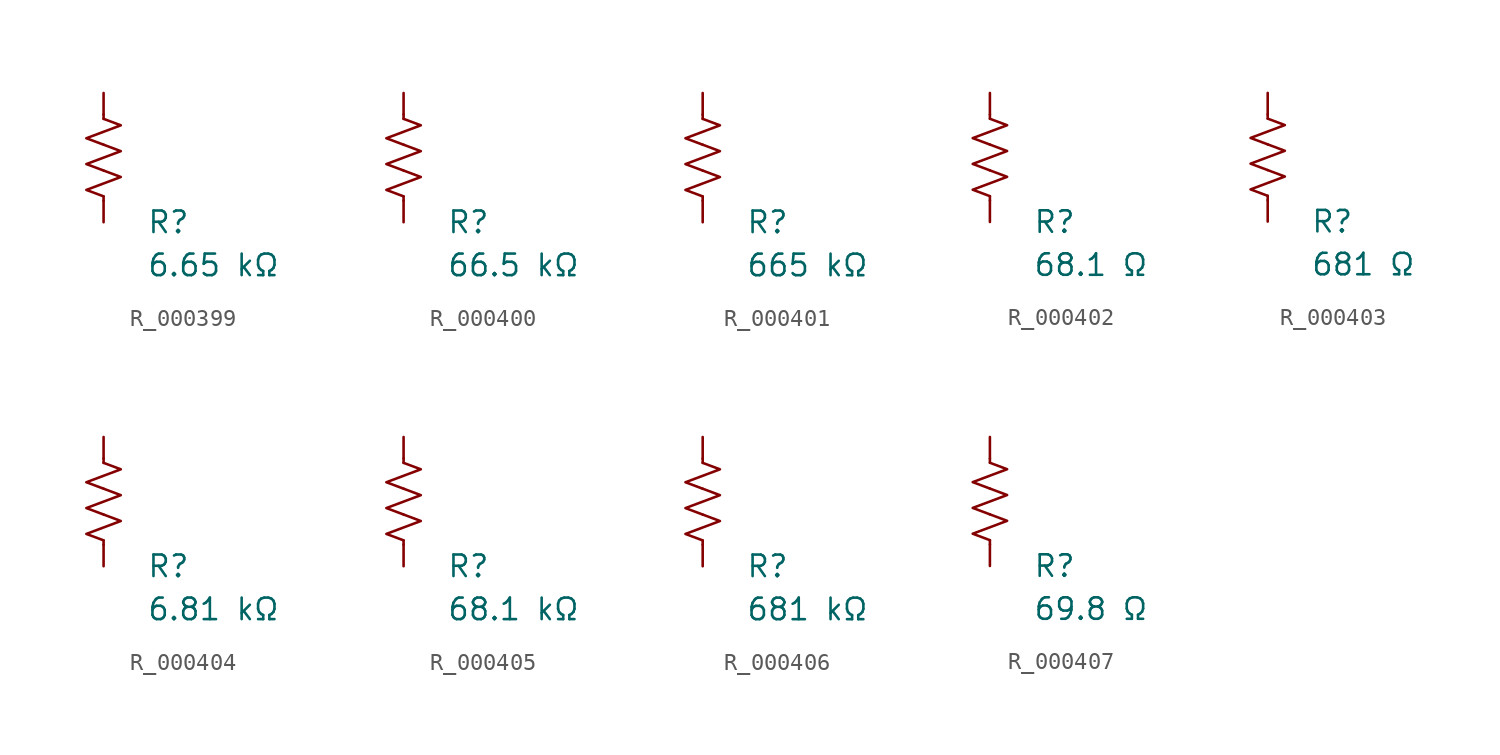
<source format=kicad_sym>
(kicad_symbol_lib
  (version 20231120)
  (generator "kicad_symbol_editor")
  (generator_version "8.0")
  (symbol "R_000399"
    (pin_numbers hide)
    (pin_names
      (offset 0))
    (property "Reference" "R"
      (at 2.54 -3.81 0)
      (effects (font (size 1.27 1.27)) (justify left))
      (show_name no))
    (property "Value" "6.65 kΩ"
      (at 2.54 -6.35 0)
      (effects (font (size 1.27 1.27)) (justify left))
      (show_name no))
    (symbol "R_000399_0_1"
      (polyline (pts (xy 0 -2.286) (xy 0 -2.54)) (stroke (width 0) (type default)) (fill (type none)))
      (polyline (pts (xy 0 2.286) (xy 0 2.54)) (stroke (width 0) (type default)) (fill (type none)))
      (polyline (pts (xy 0 -0.762) (xy 1.016 -1.143) (xy 0 -1.524) (xy -1.016 -1.905) (xy 0 -2.286)) (stroke (width 0) (type default)) (fill (type none)))
      (polyline (pts (xy 0 0.762) (xy 1.016 0.381) (xy 0 0) (xy -1.016 -0.381) (xy 0 -0.762)) (stroke (width 0) (type default)) (fill (type none)))
      (polyline (pts (xy 0 2.286) (xy 1.016 1.905) (xy 0 1.524) (xy -1.016 1.143) (xy 0 0.762)) (stroke (width 0) (type default)) (fill (type none))))
    (symbol "R_000399_1_1"
      (pin passive line (at 0 3.81 270) (length 1.27) (name "~" (effects (font (size 1.27 1.27)))) (number "1" (effects (font (size 1.27 1.27)))))
      (pin passive line (at 0 -3.81 90) (length 1.27) (name "~" (effects (font (size 1.27 1.27)))) (number "2" (effects (font (size 1.27 1.27)))))))
  (symbol "R_000400"
    (pin_numbers hide)
    (pin_names
      (offset 0))
    (property "Reference" "R"
      (at 2.54 -3.81 0)
      (effects (font (size 1.27 1.27)) (justify left))
      (show_name no))
    (property "Value" "66.5 kΩ"
      (at 2.54 -6.35 0)
      (effects (font (size 1.27 1.27)) (justify left))
      (show_name no))
    (symbol "R_000400_0_1"
      (polyline (pts (xy 0 -2.286) (xy 0 -2.54)) (stroke (width 0) (type default)) (fill (type none)))
      (polyline (pts (xy 0 2.286) (xy 0 2.54)) (stroke (width 0) (type default)) (fill (type none)))
      (polyline (pts (xy 0 -0.762) (xy 1.016 -1.143) (xy 0 -1.524) (xy -1.016 -1.905) (xy 0 -2.286)) (stroke (width 0) (type default)) (fill (type none)))
      (polyline (pts (xy 0 0.762) (xy 1.016 0.381) (xy 0 0) (xy -1.016 -0.381) (xy 0 -0.762)) (stroke (width 0) (type default)) (fill (type none)))
      (polyline (pts (xy 0 2.286) (xy 1.016 1.905) (xy 0 1.524) (xy -1.016 1.143) (xy 0 0.762)) (stroke (width 0) (type default)) (fill (type none))))
    (symbol "R_000400_1_1"
      (pin passive line (at 0 3.81 270) (length 1.27) (name "~" (effects (font (size 1.27 1.27)))) (number "1" (effects (font (size 1.27 1.27)))))
      (pin passive line (at 0 -3.81 90) (length 1.27) (name "~" (effects (font (size 1.27 1.27)))) (number "2" (effects (font (size 1.27 1.27)))))))
  (symbol "R_000401"
    (pin_numbers hide)
    (pin_names
      (offset 0))
    (property "Reference" "R"
      (at 2.54 -3.81 0)
      (effects (font (size 1.27 1.27)) (justify left))
      (show_name no))
    (property "Value" "665 kΩ"
      (at 2.54 -6.35 0)
      (effects (font (size 1.27 1.27)) (justify left))
      (show_name no))
    (symbol "R_000401_0_1"
      (polyline (pts (xy 0 -2.286) (xy 0 -2.54)) (stroke (width 0) (type default)) (fill (type none)))
      (polyline (pts (xy 0 2.286) (xy 0 2.54)) (stroke (width 0) (type default)) (fill (type none)))
      (polyline (pts (xy 0 -0.762) (xy 1.016 -1.143) (xy 0 -1.524) (xy -1.016 -1.905) (xy 0 -2.286)) (stroke (width 0) (type default)) (fill (type none)))
      (polyline (pts (xy 0 0.762) (xy 1.016 0.381) (xy 0 0) (xy -1.016 -0.381) (xy 0 -0.762)) (stroke (width 0) (type default)) (fill (type none)))
      (polyline (pts (xy 0 2.286) (xy 1.016 1.905) (xy 0 1.524) (xy -1.016 1.143) (xy 0 0.762)) (stroke (width 0) (type default)) (fill (type none))))
    (symbol "R_000401_1_1"
      (pin passive line (at 0 3.81 270) (length 1.27) (name "~" (effects (font (size 1.27 1.27)))) (number "1" (effects (font (size 1.27 1.27)))))
      (pin passive line (at 0 -3.81 90) (length 1.27) (name "~" (effects (font (size 1.27 1.27)))) (number "2" (effects (font (size 1.27 1.27)))))))
  (symbol "R_000402"
    (pin_numbers hide)
    (pin_names
      (offset 0))
    (property "Reference" "R"
      (at 2.54 -3.81 0)
      (effects (font (size 1.27 1.27)) (justify left))
      (show_name no))
    (property "Value" "68.1 Ω"
      (at 2.54 -6.35 0)
      (effects (font (size 1.27 1.27)) (justify left))
      (show_name no))
    (symbol "R_000402_0_1"
      (polyline (pts (xy 0 -2.286) (xy 0 -2.54)) (stroke (width 0) (type default)) (fill (type none)))
      (polyline (pts (xy 0 2.286) (xy 0 2.54)) (stroke (width 0) (type default)) (fill (type none)))
      (polyline (pts (xy 0 -0.762) (xy 1.016 -1.143) (xy 0 -1.524) (xy -1.016 -1.905) (xy 0 -2.286)) (stroke (width 0) (type default)) (fill (type none)))
      (polyline (pts (xy 0 0.762) (xy 1.016 0.381) (xy 0 0) (xy -1.016 -0.381) (xy 0 -0.762)) (stroke (width 0) (type default)) (fill (type none)))
      (polyline (pts (xy 0 2.286) (xy 1.016 1.905) (xy 0 1.524) (xy -1.016 1.143) (xy 0 0.762)) (stroke (width 0) (type default)) (fill (type none))))
    (symbol "R_000402_1_1"
      (pin passive line (at 0 3.81 270) (length 1.27) (name "~" (effects (font (size 1.27 1.27)))) (number "1" (effects (font (size 1.27 1.27)))))
      (pin passive line (at 0 -3.81 90) (length 1.27) (name "~" (effects (font (size 1.27 1.27)))) (number "2" (effects (font (size 1.27 1.27)))))))
  (symbol "R_000403"
    (pin_numbers hide)
    (pin_names
      (offset 0))
    (property "Reference" "R"
      (at 2.54 -3.81 0)
      (effects (font (size 1.27 1.27)) (justify left))
      (show_name no))
    (property "Value" "681 Ω"
      (at 2.54 -6.35 0)
      (effects (font (size 1.27 1.27)) (justify left))
      (show_name no))
    (symbol "R_000403_0_1"
      (polyline (pts (xy 0 -2.286) (xy 0 -2.54)) (stroke (width 0) (type default)) (fill (type none)))
      (polyline (pts (xy 0 2.286) (xy 0 2.54)) (stroke (width 0) (type default)) (fill (type none)))
      (polyline (pts (xy 0 -0.762) (xy 1.016 -1.143) (xy 0 -1.524) (xy -1.016 -1.905) (xy 0 -2.286)) (stroke (width 0) (type default)) (fill (type none)))
      (polyline (pts (xy 0 0.762) (xy 1.016 0.381) (xy 0 0) (xy -1.016 -0.381) (xy 0 -0.762)) (stroke (width 0) (type default)) (fill (type none)))
      (polyline (pts (xy 0 2.286) (xy 1.016 1.905) (xy 0 1.524) (xy -1.016 1.143) (xy 0 0.762)) (stroke (width 0) (type default)) (fill (type none))))
    (symbol "R_000403_1_1"
      (pin passive line (at 0 3.81 270) (length 1.27) (name "~" (effects (font (size 1.27 1.27)))) (number "1" (effects (font (size 1.27 1.27)))))
      (pin passive line (at 0 -3.81 90) (length 1.27) (name "~" (effects (font (size 1.27 1.27)))) (number "2" (effects (font (size 1.27 1.27)))))))
  (symbol "R_000404"
    (pin_numbers hide)
    (pin_names
      (offset 0))
    (property "Reference" "R"
      (at 2.54 -3.81 0)
      (effects (font (size 1.27 1.27)) (justify left))
      (show_name no))
    (property "Value" "6.81 kΩ"
      (at 2.54 -6.35 0)
      (effects (font (size 1.27 1.27)) (justify left))
      (show_name no))
    (symbol "R_000404_0_1"
      (polyline (pts (xy 0 -2.286) (xy 0 -2.54)) (stroke (width 0) (type default)) (fill (type none)))
      (polyline (pts (xy 0 2.286) (xy 0 2.54)) (stroke (width 0) (type default)) (fill (type none)))
      (polyline (pts (xy 0 -0.762) (xy 1.016 -1.143) (xy 0 -1.524) (xy -1.016 -1.905) (xy 0 -2.286)) (stroke (width 0) (type default)) (fill (type none)))
      (polyline (pts (xy 0 0.762) (xy 1.016 0.381) (xy 0 0) (xy -1.016 -0.381) (xy 0 -0.762)) (stroke (width 0) (type default)) (fill (type none)))
      (polyline (pts (xy 0 2.286) (xy 1.016 1.905) (xy 0 1.524) (xy -1.016 1.143) (xy 0 0.762)) (stroke (width 0) (type default)) (fill (type none))))
    (symbol "R_000404_1_1"
      (pin passive line (at 0 3.81 270) (length 1.27) (name "~" (effects (font (size 1.27 1.27)))) (number "1" (effects (font (size 1.27 1.27)))))
      (pin passive line (at 0 -3.81 90) (length 1.27) (name "~" (effects (font (size 1.27 1.27)))) (number "2" (effects (font (size 1.27 1.27)))))))
  (symbol "R_000405"
    (pin_numbers hide)
    (pin_names
      (offset 0))
    (property "Reference" "R"
      (at 2.54 -3.81 0)
      (effects (font (size 1.27 1.27)) (justify left))
      (show_name no))
    (property "Value" "68.1 kΩ"
      (at 2.54 -6.35 0)
      (effects (font (size 1.27 1.27)) (justify left))
      (show_name no))
    (symbol "R_000405_0_1"
      (polyline (pts (xy 0 -2.286) (xy 0 -2.54)) (stroke (width 0) (type default)) (fill (type none)))
      (polyline (pts (xy 0 2.286) (xy 0 2.54)) (stroke (width 0) (type default)) (fill (type none)))
      (polyline (pts (xy 0 -0.762) (xy 1.016 -1.143) (xy 0 -1.524) (xy -1.016 -1.905) (xy 0 -2.286)) (stroke (width 0) (type default)) (fill (type none)))
      (polyline (pts (xy 0 0.762) (xy 1.016 0.381) (xy 0 0) (xy -1.016 -0.381) (xy 0 -0.762)) (stroke (width 0) (type default)) (fill (type none)))
      (polyline (pts (xy 0 2.286) (xy 1.016 1.905) (xy 0 1.524) (xy -1.016 1.143) (xy 0 0.762)) (stroke (width 0) (type default)) (fill (type none))))
    (symbol "R_000405_1_1"
      (pin passive line (at 0 3.81 270) (length 1.27) (name "~" (effects (font (size 1.27 1.27)))) (number "1" (effects (font (size 1.27 1.27)))))
      (pin passive line (at 0 -3.81 90) (length 1.27) (name "~" (effects (font (size 1.27 1.27)))) (number "2" (effects (font (size 1.27 1.27)))))))
  (symbol "R_000406"
    (pin_numbers hide)
    (pin_names
      (offset 0))
    (property "Reference" "R"
      (at 2.54 -3.81 0)
      (effects (font (size 1.27 1.27)) (justify left))
      (show_name no))
    (property "Value" "681 kΩ"
      (at 2.54 -6.35 0)
      (effects (font (size 1.27 1.27)) (justify left))
      (show_name no))
    (symbol "R_000406_0_1"
      (polyline (pts (xy 0 -2.286) (xy 0 -2.54)) (stroke (width 0) (type default)) (fill (type none)))
      (polyline (pts (xy 0 2.286) (xy 0 2.54)) (stroke (width 0) (type default)) (fill (type none)))
      (polyline (pts (xy 0 -0.762) (xy 1.016 -1.143) (xy 0 -1.524) (xy -1.016 -1.905) (xy 0 -2.286)) (stroke (width 0) (type default)) (fill (type none)))
      (polyline (pts (xy 0 0.762) (xy 1.016 0.381) (xy 0 0) (xy -1.016 -0.381) (xy 0 -0.762)) (stroke (width 0) (type default)) (fill (type none)))
      (polyline (pts (xy 0 2.286) (xy 1.016 1.905) (xy 0 1.524) (xy -1.016 1.143) (xy 0 0.762)) (stroke (width 0) (type default)) (fill (type none))))
    (symbol "R_000406_1_1"
      (pin passive line (at 0 3.81 270) (length 1.27) (name "~" (effects (font (size 1.27 1.27)))) (number "1" (effects (font (size 1.27 1.27)))))
      (pin passive line (at 0 -3.81 90) (length 1.27) (name "~" (effects (font (size 1.27 1.27)))) (number "2" (effects (font (size 1.27 1.27)))))))
  (symbol "R_000407"
    (pin_numbers hide)
    (pin_names
      (offset 0))
    (property "Reference" "R"
      (at 2.54 -3.81 0)
      (effects (font (size 1.27 1.27)) (justify left))
      (show_name no))
    (property "Value" "69.8 Ω"
      (at 2.54 -6.35 0)
      (effects (font (size 1.27 1.27)) (justify left))
      (show_name no))
    (symbol "R_000407_0_1"
      (polyline (pts (xy 0 -2.286) (xy 0 -2.54)) (stroke (width 0) (type default)) (fill (type none)))
      (polyline (pts (xy 0 2.286) (xy 0 2.54)) (stroke (width 0) (type default)) (fill (type none)))
      (polyline (pts (xy 0 -0.762) (xy 1.016 -1.143) (xy 0 -1.524) (xy -1.016 -1.905) (xy 0 -2.286)) (stroke (width 0) (type default)) (fill (type none)))
      (polyline (pts (xy 0 0.762) (xy 1.016 0.381) (xy 0 0) (xy -1.016 -0.381) (xy 0 -0.762)) (stroke (width 0) (type default)) (fill (type none)))
      (polyline (pts (xy 0 2.286) (xy 1.016 1.905) (xy 0 1.524) (xy -1.016 1.143) (xy 0 0.762)) (stroke (width 0) (type default)) (fill (type none))))
    (symbol "R_000407_1_1"
      (pin passive line (at 0 3.81 270) (length 1.27) (name "~" (effects (font (size 1.27 1.27)))) (number "1" (effects (font (size 1.27 1.27)))))
      (pin passive line (at 0 -3.81 90) (length 1.27) (name "~" (effects (font (size 1.27 1.27)))) (number "2" (effects (font (size 1.27 1.27))))))))
</source>
